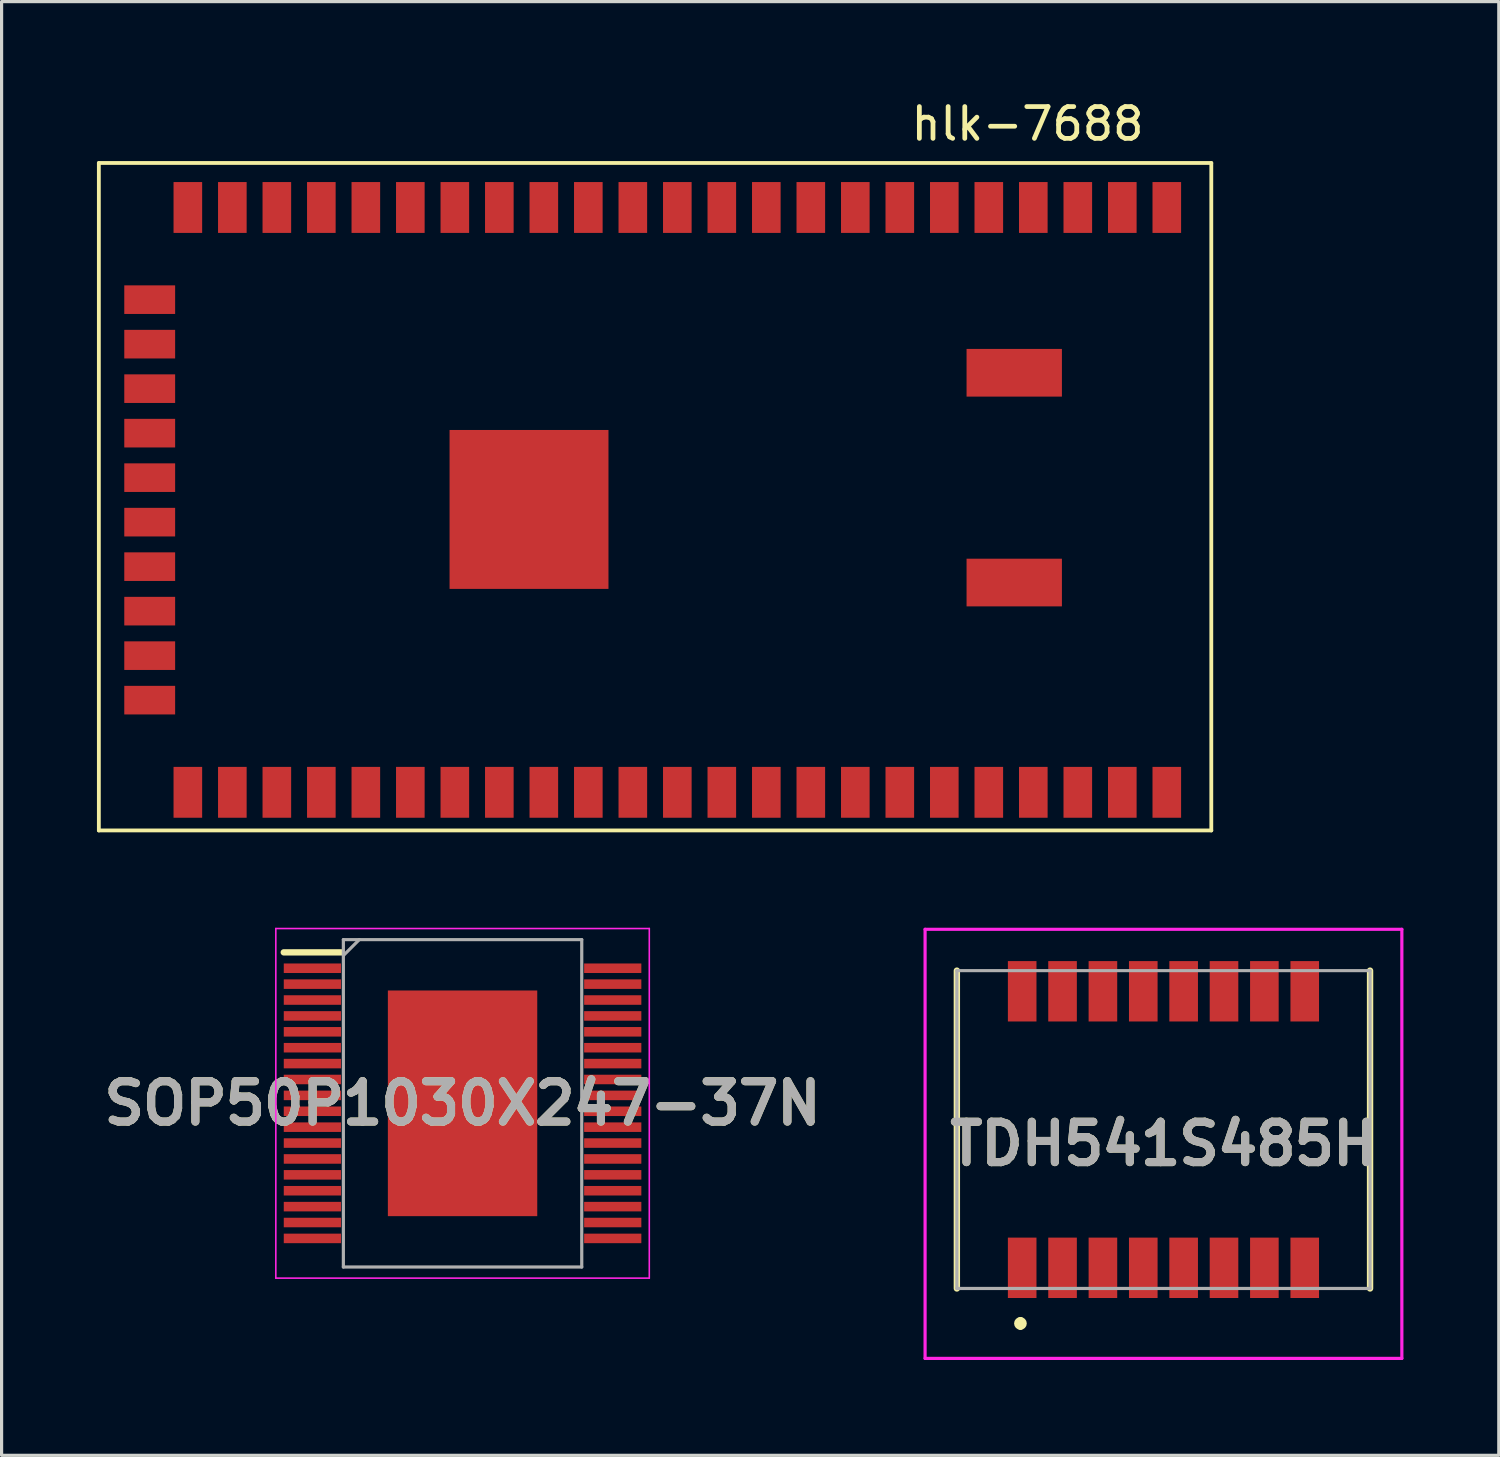
<source format=kicad_pcb>
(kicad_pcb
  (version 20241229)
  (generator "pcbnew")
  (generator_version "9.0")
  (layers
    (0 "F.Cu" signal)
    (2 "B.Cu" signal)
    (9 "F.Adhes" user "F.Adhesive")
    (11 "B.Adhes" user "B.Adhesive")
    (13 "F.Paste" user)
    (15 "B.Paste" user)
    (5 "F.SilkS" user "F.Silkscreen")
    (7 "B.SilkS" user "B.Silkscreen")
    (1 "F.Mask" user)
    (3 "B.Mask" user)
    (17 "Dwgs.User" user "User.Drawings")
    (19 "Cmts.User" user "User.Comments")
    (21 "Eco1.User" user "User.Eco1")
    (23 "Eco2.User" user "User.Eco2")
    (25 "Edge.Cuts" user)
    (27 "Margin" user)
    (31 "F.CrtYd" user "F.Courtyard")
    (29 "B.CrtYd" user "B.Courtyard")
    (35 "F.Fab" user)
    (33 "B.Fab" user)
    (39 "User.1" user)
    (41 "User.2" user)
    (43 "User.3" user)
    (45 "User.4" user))
  (footprint "SOP50P1030X247-37N"
    (layer "F.Cu")
    (at 11.503 31.663)
    (property "Reference" "SOP50P1030X247-37N" (at 0 0 0) (layer "F.SilkS") (effects (font (size 1.27 1.27) (thickness 0.254))))
    (attr smd)
    (fp_line (start -5.625 -4.75) (end -3.825 -4.75) (stroke (width 0.2) (type solid)) (layer "F.SilkS"))
    (fp_line (start -5.875 -5.5) (end 5.875 -5.5) (stroke (width 0.05) (type solid)) (layer "F.CrtYd"))
    (fp_line (start -5.875 5.5) (end -5.875 -5.5) (stroke (width 0.05) (type solid)) (layer "F.CrtYd"))
    (fp_line (start 5.875 -5.5) (end 5.875 5.5) (stroke (width 0.05) (type solid)) (layer "F.CrtYd"))
    (fp_line (start 5.875 5.5) (end -5.875 5.5) (stroke (width 0.05) (type solid)) (layer "F.CrtYd"))
    (fp_line (start -3.75 -5.15) (end 3.75 -5.15) (stroke (width 0.1) (type solid)) (layer "F.Fab"))
    (fp_line (start -3.75 -4.65) (end -3.25 -5.15) (stroke (width 0.1) (type solid)) (layer "F.Fab"))
    (fp_line (start -3.75 5.15) (end -3.75 -5.15) (stroke (width 0.1) (type solid)) (layer "F.Fab"))
    (fp_line (start 3.75 -5.15) (end 3.75 5.15) (stroke (width 0.1) (type solid)) (layer "F.Fab"))
    (fp_line (start 3.75 5.15) (end -3.75 5.15) (stroke (width 0.1) (type solid)) (layer "F.Fab"))
    (fp_text user "${REFERENCE}" (at 0 0 0) (layer "F.Fab") (effects (font (size 1.27 1.27) (thickness 0.254))))
    (pad "1" smd rect (at -4.725 -4.25 90) (size 0.3 1.8) (layers "F.Cu" "F.Mask" "F.Paste"))
    (pad "2" smd rect (at -4.725 -3.75 90) (size 0.3 1.8) (layers "F.Cu" "F.Mask" "F.Paste"))
    (pad "3" smd rect (at -4.725 -3.25 90) (size 0.3 1.8) (layers "F.Cu" "F.Mask" "F.Paste"))
    (pad "4" smd rect (at -4.725 -2.75 90) (size 0.3 1.8) (layers "F.Cu" "F.Mask" "F.Paste"))
    (pad "5" smd rect (at -4.725 -2.25 90) (size 0.3 1.8) (layers "F.Cu" "F.Mask" "F.Paste"))
    (pad "6" smd rect (at -4.725 -1.75 90) (size 0.3 1.8) (layers "F.Cu" "F.Mask" "F.Paste"))
    (pad "7" smd rect (at -4.725 -1.25 90) (size 0.3 1.8) (layers "F.Cu" "F.Mask" "F.Paste"))
    (pad "8" smd rect (at -4.725 -0.75 90) (size 0.3 1.8) (layers "F.Cu" "F.Mask" "F.Paste"))
    (pad "9" smd rect (at -4.725 -0.25 90) (size 0.3 1.8) (layers "F.Cu" "F.Mask" "F.Paste"))
    (pad "10" smd rect (at -4.725 0.25 90) (size 0.3 1.8) (layers "F.Cu" "F.Mask" "F.Paste"))
    (pad "11" smd rect (at -4.725 0.75 90) (size 0.3 1.8) (layers "F.Cu" "F.Mask" "F.Paste"))
    (pad "12" smd rect (at -4.725 1.25 90) (size 0.3 1.8) (layers "F.Cu" "F.Mask" "F.Paste"))
    (pad "13" smd rect (at -4.725 1.75 90) (size 0.3 1.8) (layers "F.Cu" "F.Mask" "F.Paste"))
    (pad "14" smd rect (at -4.725 2.25 90) (size 0.3 1.8) (layers "F.Cu" "F.Mask" "F.Paste"))
    (pad "15" smd rect (at -4.725 2.75 90) (size 0.3 1.8) (layers "F.Cu" "F.Mask" "F.Paste"))
    (pad "16" smd rect (at -4.725 3.25 90) (size 0.3 1.8) (layers "F.Cu" "F.Mask" "F.Paste"))
    (pad "17" smd rect (at -4.725 3.75 90) (size 0.3 1.8) (layers "F.Cu" "F.Mask" "F.Paste"))
    (pad "18" smd rect (at -4.725 4.25 90) (size 0.3 1.8) (layers "F.Cu" "F.Mask" "F.Paste"))
    (pad "19" smd rect (at 4.725 4.25 90) (size 0.3 1.8) (layers "F.Cu" "F.Mask" "F.Paste"))
    (pad "20" smd rect (at 4.725 3.75 90) (size 0.3 1.8) (layers "F.Cu" "F.Mask" "F.Paste"))
    (pad "21" smd rect (at 4.725 3.25 90) (size 0.3 1.8) (layers "F.Cu" "F.Mask" "F.Paste"))
    (pad "22" smd rect (at 4.725 2.75 90) (size 0.3 1.8) (layers "F.Cu" "F.Mask" "F.Paste"))
    (pad "23" smd rect (at 4.725 2.25 90) (size 0.3 1.8) (layers "F.Cu" "F.Mask" "F.Paste"))
    (pad "24" smd rect (at 4.725 1.75 90) (size 0.3 1.8) (layers "F.Cu" "F.Mask" "F.Paste"))
    (pad "25" smd rect (at 4.725 1.25 90) (size 0.3 1.8) (layers "F.Cu" "F.Mask" "F.Paste"))
    (pad "26" smd rect (at 4.725 0.75 90) (size 0.3 1.8) (layers "F.Cu" "F.Mask" "F.Paste"))
    (pad "27" smd rect (at 4.725 0.25 90) (size 0.3 1.8) (layers "F.Cu" "F.Mask" "F.Paste"))
    (pad "28" smd rect (at 4.725 -0.25 90) (size 0.3 1.8) (layers "F.Cu" "F.Mask" "F.Paste"))
    (pad "29" smd rect (at 4.725 -0.75 90) (size 0.3 1.8) (layers "F.Cu" "F.Mask" "F.Paste"))
    (pad "30" smd rect (at 4.725 -1.25 90) (size 0.3 1.8) (layers "F.Cu" "F.Mask" "F.Paste"))
    (pad "31" smd rect (at 4.725 -1.75 90) (size 0.3 1.8) (layers "F.Cu" "F.Mask" "F.Paste"))
    (pad "32" smd rect (at 4.725 -2.25 90) (size 0.3 1.8) (layers "F.Cu" "F.Mask" "F.Paste"))
    (pad "33" smd rect (at 4.725 -2.75 90) (size 0.3 1.8) (layers "F.Cu" "F.Mask" "F.Paste"))
    (pad "34" smd rect (at 4.725 -3.25 90) (size 0.3 1.8) (layers "F.Cu" "F.Mask" "F.Paste"))
    (pad "35" smd rect (at 4.725 -3.75 90) (size 0.3 1.8) (layers "F.Cu" "F.Mask" "F.Paste"))
    (pad "36" smd rect (at 4.725 -4.25 90) (size 0.3 1.8) (layers "F.Cu" "F.Mask" "F.Paste"))
    (pad "37" smd rect (at 0 0) (size 4.7 7.1) (layers "F.Cu" "F.Mask" "F.Paste")))
  (footprint "TDH541S485H"
    (layer "F.Cu")
    (at 33.555 32.488)
    (property "Reference" "TDH541S485H" (at 0 0.45 0) (layer "F.SilkS") (effects (font (size 1.27 1.27) (thickness 0.254))))
    (attr smd)
    (fp_line (start -6.5 -5) (end -6.5 5) (stroke (width 0.2) (type solid)) (layer "F.SilkS"))
    (fp_line (start -4.5 6) (end -4.5 6) (stroke (width 0.2) (type solid)) (layer "F.SilkS"))
    (fp_line (start -4.5 6.2) (end -4.5 6.2) (stroke (width 0.2) (type solid)) (layer "F.SilkS"))
    (fp_line (start 6.5 -5) (end 6.5 5) (stroke (width 0.2) (type solid)) (layer "F.SilkS"))
    (fp_arc (start -4.5 6) (mid -4.4 6.1) (end -4.5 6.2) (stroke (width 0.2) (type solid)) (layer "F.SilkS"))
    (fp_arc (start -4.5 6.2) (mid -4.6 6.1) (end -4.5 6) (stroke (width 0.2) (type solid)) (layer "F.SilkS"))
    (fp_line (start -7.5 -6.3) (end 7.5 -6.3) (stroke (width 0.1) (type solid)) (layer "F.CrtYd"))
    (fp_line (start -7.5 7.2) (end -7.5 -6.3) (stroke (width 0.1) (type solid)) (layer "F.CrtYd"))
    (fp_line (start 7.5 -6.3) (end 7.5 7.2) (stroke (width 0.1) (type solid)) (layer "F.CrtYd"))
    (fp_line (start 7.5 7.2) (end -7.5 7.2) (stroke (width 0.1) (type solid)) (layer "F.CrtYd"))
    (fp_line (start -6.5 -5) (end 6.5 -5) (stroke (width 0.1) (type solid)) (layer "F.Fab"))
    (fp_line (start -6.5 5) (end -6.5 -5) (stroke (width 0.1) (type solid)) (layer "F.Fab"))
    (fp_line (start 6.5 -5) (end 6.5 5) (stroke (width 0.1) (type solid)) (layer "F.Fab"))
    (fp_line (start 6.5 5) (end -6.5 5) (stroke (width 0.1) (type solid)) (layer "F.Fab"))
    (fp_text user "${REFERENCE}" (at 0 0.45 0) (layer "F.Fab") (effects (font (size 1.27 1.27) (thickness 0.254))))
    (pad "1" smd rect (at -4.445 4.35) (size 0.9 1.9) (layers "F.Cu" "F.Mask" "F.Paste"))
    (pad "2" smd rect (at -3.175 4.35) (size 0.9 1.9) (layers "F.Cu" "F.Mask" "F.Paste"))
    (pad "3" smd rect (at -1.905 4.35) (size 0.9 1.9) (layers "F.Cu" "F.Mask" "F.Paste"))
    (pad "4" smd rect (at -0.635 4.35) (size 0.9 1.9) (layers "F.Cu" "F.Mask" "F.Paste"))
    (pad "5" smd rect (at 0.635 4.35) (size 0.9 1.9) (layers "F.Cu" "F.Mask" "F.Paste"))
    (pad "6" smd rect (at 1.905 4.35) (size 0.9 1.9) (layers "F.Cu" "F.Mask" "F.Paste"))
    (pad "7" smd rect (at 3.175 4.35) (size 0.9 1.9) (layers "F.Cu" "F.Mask" "F.Paste"))
    (pad "8" smd rect (at 4.445 4.35) (size 0.9 1.9) (layers "F.Cu" "F.Mask" "F.Paste"))
    (pad "9" smd rect (at 4.445 -4.35) (size 0.9 1.9) (layers "F.Cu" "F.Mask" "F.Paste"))
    (pad "10" smd rect (at 3.175 -4.35) (size 0.9 1.9) (layers "F.Cu" "F.Mask" "F.Paste"))
    (pad "11" smd rect (at 1.905 -4.35) (size 0.9 1.9) (layers "F.Cu" "F.Mask" "F.Paste"))
    (pad "12" smd rect (at 0.635 -4.35) (size 0.9 1.9) (layers "F.Cu" "F.Mask" "F.Paste"))
    (pad "13" smd rect (at -0.635 -4.35) (size 0.9 1.9) (layers "F.Cu" "F.Mask" "F.Paste"))
    (pad "14" smd rect (at -1.905 -4.35) (size 0.9 1.9) (layers "F.Cu" "F.Mask" "F.Paste"))
    (pad "15" smd rect (at -3.175 -4.35) (size 0.9 1.9) (layers "F.Cu" "F.Mask" "F.Paste"))
    (pad "16" smd rect (at -4.445 -4.35) (size 0.9 1.9) (layers "F.Cu" "F.Mask" "F.Paste")))
  (footprint "hlk-7688"
    (layer "F.Cu")
    (at 35.06 3.478)
    (property "Reference" "hlk-7688" (at -5.78 -2.63 0) (layer "F.SilkS") (effects (font (size 1 1) (thickness 0.15))))
    (attr through_hole)
    (fp_line (start -35 -1.4) (end -35 19.6) (stroke (width 0.12) (type solid)) (layer "F.SilkS"))
    (fp_line (start -35 19.6) (end 0 19.6) (stroke (width 0.12) (type solid)) (layer "F.SilkS"))
    (fp_line (start 0 -1.4) (end -35 -1.4) (stroke (width 0.12) (type solid)) (layer "F.SilkS"))
    (fp_line (start 0 19.6) (end 0 -1.4) (stroke (width 0.12) (type solid)) (layer "F.SilkS"))
    (pad "1" smd rect (at -1.4 0) (size 0.9 1.6) (layers "F.Cu" "F.Mask" "F.Paste"))
    (pad "2" smd rect (at -2.8 0) (size 0.9 1.6) (layers "F.Cu" "F.Mask" "F.Paste"))
    (pad "3" smd rect (at -4.2 0) (size 0.9 1.6) (layers "F.Cu" "F.Mask" "F.Paste"))
    (pad "4" smd rect (at -5.6 0) (size 0.9 1.6) (layers "F.Cu" "F.Mask" "F.Paste"))
    (pad "5" smd rect (at -7 0) (size 0.9 1.6) (layers "F.Cu" "F.Mask" "F.Paste"))
    (pad "6" smd rect (at -8.4 0) (size 0.9 1.6) (layers "F.Cu" "F.Mask" "F.Paste"))
    (pad "7" smd rect (at -9.8 0) (size 0.9 1.6) (layers "F.Cu" "F.Mask" "F.Paste"))
    (pad "8" smd rect (at -11.2 0) (size 0.9 1.6) (layers "F.Cu" "F.Mask" "F.Paste"))
    (pad "9" smd rect (at -12.6 0) (size 0.9 1.6) (layers "F.Cu" "F.Mask" "F.Paste"))
    (pad "10" smd rect (at -14 0) (size 0.9 1.6) (layers "F.Cu" "F.Mask" "F.Paste"))
    (pad "11" smd rect (at -15.4 0) (size 0.9 1.6) (layers "F.Cu" "F.Mask" "F.Paste"))
    (pad "12" smd rect (at -16.8 0) (size 0.9 1.6) (layers "F.Cu" "F.Mask" "F.Paste"))
    (pad "13" smd rect (at -18.2 0) (size 0.9 1.6) (layers "F.Cu" "F.Mask" "F.Paste"))
    (pad "14" smd rect (at -19.6 0) (size 0.9 1.6) (layers "F.Cu" "F.Mask" "F.Paste"))
    (pad "15" smd rect (at -21 0) (size 0.9 1.6) (layers "F.Cu" "F.Mask" "F.Paste"))
    (pad "16" smd rect (at -22.4 0) (size 0.9 1.6) (layers "F.Cu" "F.Mask" "F.Paste"))
    (pad "17" smd rect (at -23.8 0) (size 0.9 1.6) (layers "F.Cu" "F.Mask" "F.Paste"))
    (pad "18" smd rect (at -25.2 0) (size 0.9 1.6) (layers "F.Cu" "F.Mask" "F.Paste"))
    (pad "19" smd rect (at -26.6 0) (size 0.9 1.6) (layers "F.Cu" "F.Mask" "F.Paste"))
    (pad "20" smd rect (at -28 0) (size 0.9 1.6) (layers "F.Cu" "F.Mask" "F.Paste"))
    (pad "21" smd rect (at -29.4 0) (size 0.9 1.6) (layers "F.Cu" "F.Mask" "F.Paste"))
    (pad "22" smd rect (at -30.8 0) (size 0.9 1.6) (layers "F.Cu" "F.Mask" "F.Paste"))
    (pad "23" smd rect (at -32.2 0) (size 0.9 1.6) (layers "F.Cu" "F.Mask" "F.Paste"))
    (pad "24" smd rect (at -33.4 2.9 90) (size 0.9 1.6) (layers "F.Cu" "F.Mask" "F.Paste"))
    (pad "25" smd rect (at -33.4 4.3 90) (size 0.9 1.6) (layers "F.Cu" "F.Mask" "F.Paste"))
    (pad "26" smd rect (at -33.4 5.7 90) (size 0.9 1.6) (layers "F.Cu" "F.Mask" "F.Paste"))
    (pad "27" smd rect (at -33.4 7.1 90) (size 0.9 1.6) (layers "F.Cu" "F.Mask" "F.Paste"))
    (pad "28" smd rect (at -33.4 8.5 90) (size 0.9 1.6) (layers "F.Cu" "F.Mask" "F.Paste"))
    (pad "29" smd rect (at -33.4 9.9 90) (size 0.9 1.6) (layers "F.Cu" "F.Mask" "F.Paste"))
    (pad "30" smd rect (at -33.4 11.3 90) (size 0.9 1.6) (layers "F.Cu" "F.Mask" "F.Paste"))
    (pad "31" smd rect (at -33.4 12.7 90) (size 0.9 1.6) (layers "F.Cu" "F.Mask" "F.Paste"))
    (pad "32" smd rect (at -33.4 14.1 90) (size 0.9 1.6) (layers "F.Cu" "F.Mask" "F.Paste"))
    (pad "33" smd rect (at -33.4 15.5 90) (size 0.9 1.6) (layers "F.Cu" "F.Mask" "F.Paste"))
    (pad "34" smd rect (at -32.2 18.4 180) (size 0.9 1.6) (layers "F.Cu" "F.Mask" "F.Paste"))
    (pad "35" smd rect (at -30.8 18.4 180) (size 0.9 1.6) (layers "F.Cu" "F.Mask" "F.Paste"))
    (pad "36" smd rect (at -29.4 18.4 180) (size 0.9 1.6) (layers "F.Cu" "F.Mask" "F.Paste"))
    (pad "37" smd rect (at -28 18.4 180) (size 0.9 1.6) (layers "F.Cu" "F.Mask" "F.Paste"))
    (pad "38" smd rect (at -26.6 18.4 180) (size 0.9 1.6) (layers "F.Cu" "F.Mask" "F.Paste"))
    (pad "39" smd rect (at -25.2 18.4 180) (size 0.9 1.6) (layers "F.Cu" "F.Mask" "F.Paste"))
    (pad "40" smd rect (at -23.8 18.4 180) (size 0.9 1.6) (layers "F.Cu" "F.Mask" "F.Paste"))
    (pad "41" smd rect (at -22.4 18.4 180) (size 0.9 1.6) (layers "F.Cu" "F.Mask" "F.Paste"))
    (pad "42" smd rect (at -21 18.4 180) (size 0.9 1.6) (layers "F.Cu" "F.Mask" "F.Paste"))
    (pad "43" smd rect (at -19.6 18.4 180) (size 0.9 1.6) (layers "F.Cu" "F.Mask" "F.Paste"))
    (pad "44" smd rect (at -18.2 18.4 180) (size 0.9 1.6) (layers "F.Cu" "F.Mask" "F.Paste"))
    (pad "45" smd rect (at -16.8 18.4 180) (size 0.9 1.6) (layers "F.Cu" "F.Mask" "F.Paste"))
    (pad "46" smd rect (at -15.4 18.4 180) (size 0.9 1.6) (layers "F.Cu" "F.Mask" "F.Paste"))
    (pad "47" smd rect (at -14 18.4 180) (size 0.9 1.6) (layers "F.Cu" "F.Mask" "F.Paste"))
    (pad "48" smd rect (at -12.6 18.4 180) (size 0.9 1.6) (layers "F.Cu" "F.Mask" "F.Paste"))
    (pad "49" smd rect (at -11.2 18.4 180) (size 0.9 1.6) (layers "F.Cu" "F.Mask" "F.Paste"))
    (pad "50" smd rect (at -9.8 18.4 180) (size 0.9 1.6) (layers "F.Cu" "F.Mask" "F.Paste"))
    (pad "51" smd rect (at -8.4 18.4 180) (size 0.9 1.6) (layers "F.Cu" "F.Mask" "F.Paste"))
    (pad "52" smd rect (at -7 18.4 180) (size 0.9 1.6) (layers "F.Cu" "F.Mask" "F.Paste"))
    (pad "53" smd rect (at -5.6 18.4 180) (size 0.9 1.6) (layers "F.Cu" "F.Mask" "F.Paste"))
    (pad "54" smd rect (at -4.2 18.4 180) (size 0.9 1.6) (layers "F.Cu" "F.Mask" "F.Paste"))
    (pad "55" smd rect (at -2.8 18.4 180) (size 0.9 1.6) (layers "F.Cu" "F.Mask" "F.Paste"))
    (pad "56" smd rect (at -1.4 18.4 180) (size 0.9 1.6) (layers "F.Cu" "F.Mask" "F.Paste"))
    (pad "57" smd rect (at -6.2 11.8 180) (size 3 1.5) (layers "F.Cu" "F.Mask" "F.Paste"))
    (pad "58" smd rect (at -6.2 5.2 180) (size 3 1.5) (layers "F.Cu" "F.Mask" "F.Paste"))
    (pad "59" smd rect (at -21.466 9.5 180) (size 5 5) (layers "F.Cu" "F.Mask" "F.Paste")))
  (gr_rect
    (start -3 -3)
    (end 44.105 42.738)
    (stroke (width 0.1) (type default))
    (fill no)
    (layer "Edge.Cuts")))
</source>
